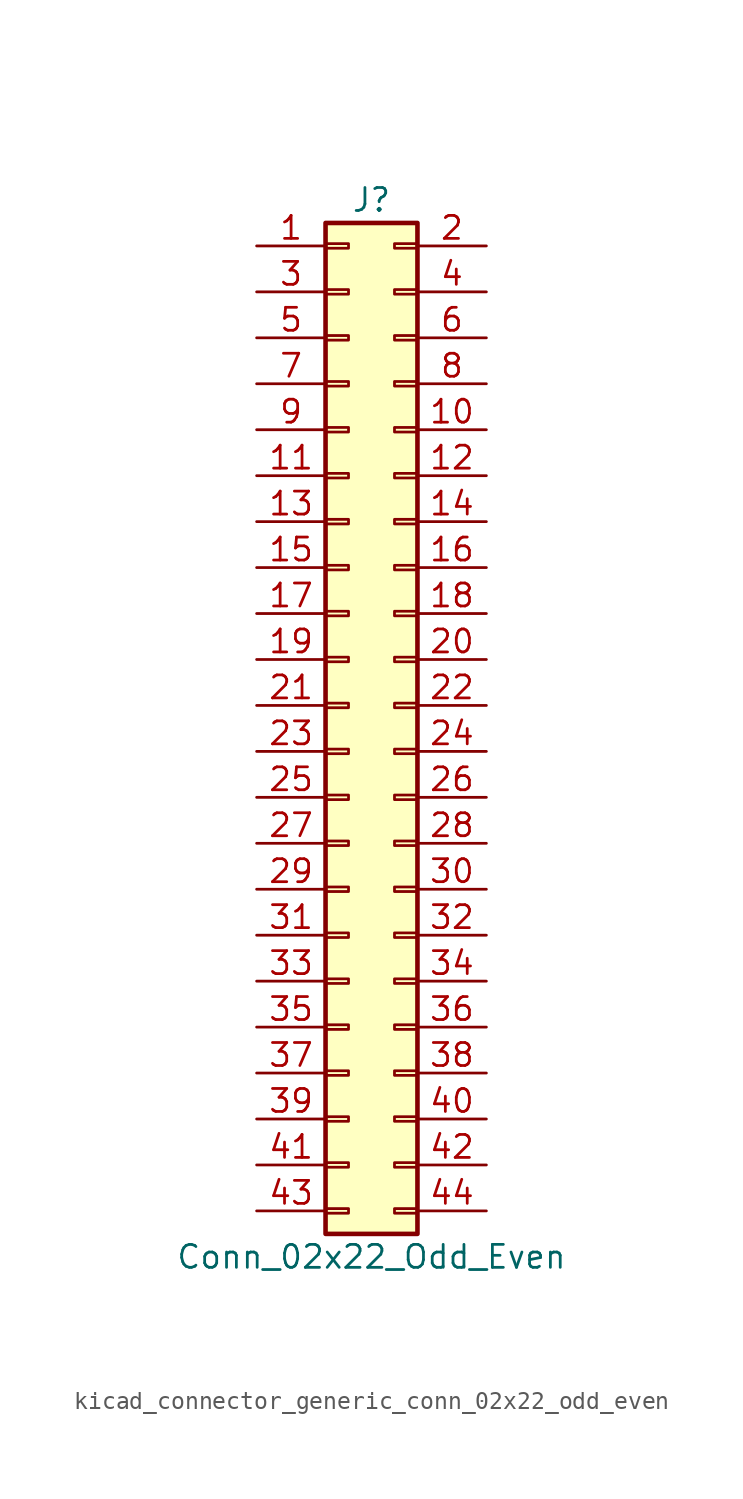
<source format=kicad_sym>
(kicad_symbol_lib
  (version 20220914)
  (generator kicad_symbol_editor)
  (symbol "kicad_connector_generic_conn_02x22_odd_even"
    (pin_names
      (offset 1.016) hide)
    (property "Reference" "J"
      (at 1.27 27.94 0)
      (effects (font (size 1.27 1.27))))
    (property "Value" "Conn_02x22_Odd_Even"
      (at 1.27 -30.48 0)
      (effects (font (size 1.27 1.27))))
    (symbol "kicad_connector_generic_conn_02x22_odd_even_1_1"
      (rectangle (start -1.27 -27.813) (end 0 -28.067) (stroke (width 0.152) (type default)) (fill (type none)))
      (rectangle (start -1.27 -25.273) (end 0 -25.527) (stroke (width 0.152) (type default)) (fill (type none)))
      (rectangle (start -1.27 -22.733) (end 0 -22.987) (stroke (width 0.152) (type default)) (fill (type none)))
      (rectangle (start -1.27 -20.193) (end 0 -20.447) (stroke (width 0.152) (type default)) (fill (type none)))
      (rectangle (start -1.27 -17.653) (end 0 -17.907) (stroke (width 0.152) (type default)) (fill (type none)))
      (rectangle (start -1.27 -15.113) (end 0 -15.367) (stroke (width 0.152) (type default)) (fill (type none)))
      (rectangle (start -1.27 -12.573) (end 0 -12.827) (stroke (width 0.152) (type default)) (fill (type none)))
      (rectangle (start -1.27 -10.033) (end 0 -10.287) (stroke (width 0.152) (type default)) (fill (type none)))
      (rectangle (start -1.27 -7.493) (end 0 -7.747) (stroke (width 0.152) (type default)) (fill (type none)))
      (rectangle (start -1.27 -4.953) (end 0 -5.207) (stroke (width 0.152) (type default)) (fill (type none)))
      (rectangle (start -1.27 -2.413) (end 0 -2.667) (stroke (width 0.152) (type default)) (fill (type none)))
      (rectangle (start -1.27 0.127) (end 0 -0.127) (stroke (width 0.152) (type default)) (fill (type none)))
      (rectangle (start -1.27 2.667) (end 0 2.413) (stroke (width 0.152) (type default)) (fill (type none)))
      (rectangle (start -1.27 5.207) (end 0 4.953) (stroke (width 0.152) (type default)) (fill (type none)))
      (rectangle (start -1.27 7.747) (end 0 7.493) (stroke (width 0.152) (type default)) (fill (type none)))
      (rectangle (start -1.27 10.287) (end 0 10.033) (stroke (width 0.152) (type default)) (fill (type none)))
      (rectangle (start -1.27 12.827) (end 0 12.573) (stroke (width 0.152) (type default)) (fill (type none)))
      (rectangle (start -1.27 15.367) (end 0 15.113) (stroke (width 0.152) (type default)) (fill (type none)))
      (rectangle (start -1.27 17.907) (end 0 17.653) (stroke (width 0.152) (type default)) (fill (type none)))
      (rectangle (start -1.27 20.447) (end 0 20.193) (stroke (width 0.152) (type default)) (fill (type none)))
      (rectangle (start -1.27 22.987) (end 0 22.733) (stroke (width 0.152) (type default)) (fill (type none)))
      (rectangle (start -1.27 25.527) (end 0 25.273) (stroke (width 0.152) (type default)) (fill (type none)))
      (rectangle (start -1.27 26.67) (end 3.81 -29.21) (stroke (width 0.254) (type default)) (fill (type background)))
      (rectangle (start 3.81 -27.813) (end 2.54 -28.067) (stroke (width 0.152) (type default)) (fill (type none)))
      (rectangle (start 3.81 -25.273) (end 2.54 -25.527) (stroke (width 0.152) (type default)) (fill (type none)))
      (rectangle (start 3.81 -22.733) (end 2.54 -22.987) (stroke (width 0.152) (type default)) (fill (type none)))
      (rectangle (start 3.81 -20.193) (end 2.54 -20.447) (stroke (width 0.152) (type default)) (fill (type none)))
      (rectangle (start 3.81 -17.653) (end 2.54 -17.907) (stroke (width 0.152) (type default)) (fill (type none)))
      (rectangle (start 3.81 -15.113) (end 2.54 -15.367) (stroke (width 0.152) (type default)) (fill (type none)))
      (rectangle (start 3.81 -12.573) (end 2.54 -12.827) (stroke (width 0.152) (type default)) (fill (type none)))
      (rectangle (start 3.81 -10.033) (end 2.54 -10.287) (stroke (width 0.152) (type default)) (fill (type none)))
      (rectangle (start 3.81 -7.493) (end 2.54 -7.747) (stroke (width 0.152) (type default)) (fill (type none)))
      (rectangle (start 3.81 -4.953) (end 2.54 -5.207) (stroke (width 0.152) (type default)) (fill (type none)))
      (rectangle (start 3.81 -2.413) (end 2.54 -2.667) (stroke (width 0.152) (type default)) (fill (type none)))
      (rectangle (start 3.81 0.127) (end 2.54 -0.127) (stroke (width 0.152) (type default)) (fill (type none)))
      (rectangle (start 3.81 2.667) (end 2.54 2.413) (stroke (width 0.152) (type default)) (fill (type none)))
      (rectangle (start 3.81 5.207) (end 2.54 4.953) (stroke (width 0.152) (type default)) (fill (type none)))
      (rectangle (start 3.81 7.747) (end 2.54 7.493) (stroke (width 0.152) (type default)) (fill (type none)))
      (rectangle (start 3.81 10.287) (end 2.54 10.033) (stroke (width 0.152) (type default)) (fill (type none)))
      (rectangle (start 3.81 12.827) (end 2.54 12.573) (stroke (width 0.152) (type default)) (fill (type none)))
      (rectangle (start 3.81 15.367) (end 2.54 15.113) (stroke (width 0.152) (type default)) (fill (type none)))
      (rectangle (start 3.81 17.907) (end 2.54 17.653) (stroke (width 0.152) (type default)) (fill (type none)))
      (rectangle (start 3.81 20.447) (end 2.54 20.193) (stroke (width 0.152) (type default)) (fill (type none)))
      (rectangle (start 3.81 22.987) (end 2.54 22.733) (stroke (width 0.152) (type default)) (fill (type none)))
      (rectangle (start 3.81 25.527) (end 2.54 25.273) (stroke (width 0.152) (type default)) (fill (type none)))
      (pin passive line (at -5.08 25.4 0) (length 3.81) (name "Pin_1" (effects (font (size 1.27 1.27)))) (number "1" (effects (font (size 1.27 1.27)))))
      (pin passive line (at 7.62 15.24 180) (length 3.81) (name "Pin_10" (effects (font (size 1.27 1.27)))) (number "10" (effects (font (size 1.27 1.27)))))
      (pin passive line (at -5.08 12.7 0) (length 3.81) (name "Pin_11" (effects (font (size 1.27 1.27)))) (number "11" (effects (font (size 1.27 1.27)))))
      (pin passive line (at 7.62 12.7 180) (length 3.81) (name "Pin_12" (effects (font (size 1.27 1.27)))) (number "12" (effects (font (size 1.27 1.27)))))
      (pin passive line (at -5.08 10.16 0) (length 3.81) (name "Pin_13" (effects (font (size 1.27 1.27)))) (number "13" (effects (font (size 1.27 1.27)))))
      (pin passive line (at 7.62 10.16 180) (length 3.81) (name "Pin_14" (effects (font (size 1.27 1.27)))) (number "14" (effects (font (size 1.27 1.27)))))
      (pin passive line (at -5.08 7.62 0) (length 3.81) (name "Pin_15" (effects (font (size 1.27 1.27)))) (number "15" (effects (font (size 1.27 1.27)))))
      (pin passive line (at 7.62 7.62 180) (length 3.81) (name "Pin_16" (effects (font (size 1.27 1.27)))) (number "16" (effects (font (size 1.27 1.27)))))
      (pin passive line (at -5.08 5.08 0) (length 3.81) (name "Pin_17" (effects (font (size 1.27 1.27)))) (number "17" (effects (font (size 1.27 1.27)))))
      (pin passive line (at 7.62 5.08 180) (length 3.81) (name "Pin_18" (effects (font (size 1.27 1.27)))) (number "18" (effects (font (size 1.27 1.27)))))
      (pin passive line (at -5.08 2.54 0) (length 3.81) (name "Pin_19" (effects (font (size 1.27 1.27)))) (number "19" (effects (font (size 1.27 1.27)))))
      (pin passive line (at 7.62 25.4 180) (length 3.81) (name "Pin_2" (effects (font (size 1.27 1.27)))) (number "2" (effects (font (size 1.27 1.27)))))
      (pin passive line (at 7.62 2.54 180) (length 3.81) (name "Pin_20" (effects (font (size 1.27 1.27)))) (number "20" (effects (font (size 1.27 1.27)))))
      (pin passive line (at -5.08 0 0) (length 3.81) (name "Pin_21" (effects (font (size 1.27 1.27)))) (number "21" (effects (font (size 1.27 1.27)))))
      (pin passive line (at 7.62 0 180) (length 3.81) (name "Pin_22" (effects (font (size 1.27 1.27)))) (number "22" (effects (font (size 1.27 1.27)))))
      (pin passive line (at -5.08 -2.54 0) (length 3.81) (name "Pin_23" (effects (font (size 1.27 1.27)))) (number "23" (effects (font (size 1.27 1.27)))))
      (pin passive line (at 7.62 -2.54 180) (length 3.81) (name "Pin_24" (effects (font (size 1.27 1.27)))) (number "24" (effects (font (size 1.27 1.27)))))
      (pin passive line (at -5.08 -5.08 0) (length 3.81) (name "Pin_25" (effects (font (size 1.27 1.27)))) (number "25" (effects (font (size 1.27 1.27)))))
      (pin passive line (at 7.62 -5.08 180) (length 3.81) (name "Pin_26" (effects (font (size 1.27 1.27)))) (number "26" (effects (font (size 1.27 1.27)))))
      (pin passive line (at -5.08 -7.62 0) (length 3.81) (name "Pin_27" (effects (font (size 1.27 1.27)))) (number "27" (effects (font (size 1.27 1.27)))))
      (pin passive line (at 7.62 -7.62 180) (length 3.81) (name "Pin_28" (effects (font (size 1.27 1.27)))) (number "28" (effects (font (size 1.27 1.27)))))
      (pin passive line (at -5.08 -10.16 0) (length 3.81) (name "Pin_29" (effects (font (size 1.27 1.27)))) (number "29" (effects (font (size 1.27 1.27)))))
      (pin passive line (at -5.08 22.86 0) (length 3.81) (name "Pin_3" (effects (font (size 1.27 1.27)))) (number "3" (effects (font (size 1.27 1.27)))))
      (pin passive line (at 7.62 -10.16 180) (length 3.81) (name "Pin_30" (effects (font (size 1.27 1.27)))) (number "30" (effects (font (size 1.27 1.27)))))
      (pin passive line (at -5.08 -12.7 0) (length 3.81) (name "Pin_31" (effects (font (size 1.27 1.27)))) (number "31" (effects (font (size 1.27 1.27)))))
      (pin passive line (at 7.62 -12.7 180) (length 3.81) (name "Pin_32" (effects (font (size 1.27 1.27)))) (number "32" (effects (font (size 1.27 1.27)))))
      (pin passive line (at -5.08 -15.24 0) (length 3.81) (name "Pin_33" (effects (font (size 1.27 1.27)))) (number "33" (effects (font (size 1.27 1.27)))))
      (pin passive line (at 7.62 -15.24 180) (length 3.81) (name "Pin_34" (effects (font (size 1.27 1.27)))) (number "34" (effects (font (size 1.27 1.27)))))
      (pin passive line (at -5.08 -17.78 0) (length 3.81) (name "Pin_35" (effects (font (size 1.27 1.27)))) (number "35" (effects (font (size 1.27 1.27)))))
      (pin passive line (at 7.62 -17.78 180) (length 3.81) (name "Pin_36" (effects (font (size 1.27 1.27)))) (number "36" (effects (font (size 1.27 1.27)))))
      (pin passive line (at -5.08 -20.32 0) (length 3.81) (name "Pin_37" (effects (font (size 1.27 1.27)))) (number "37" (effects (font (size 1.27 1.27)))))
      (pin passive line (at 7.62 -20.32 180) (length 3.81) (name "Pin_38" (effects (font (size 1.27 1.27)))) (number "38" (effects (font (size 1.27 1.27)))))
      (pin passive line (at -5.08 -22.86 0) (length 3.81) (name "Pin_39" (effects (font (size 1.27 1.27)))) (number "39" (effects (font (size 1.27 1.27)))))
      (pin passive line (at 7.62 22.86 180) (length 3.81) (name "Pin_4" (effects (font (size 1.27 1.27)))) (number "4" (effects (font (size 1.27 1.27)))))
      (pin passive line (at 7.62 -22.86 180) (length 3.81) (name "Pin_40" (effects (font (size 1.27 1.27)))) (number "40" (effects (font (size 1.27 1.27)))))
      (pin passive line (at -5.08 -25.4 0) (length 3.81) (name "Pin_41" (effects (font (size 1.27 1.27)))) (number "41" (effects (font (size 1.27 1.27)))))
      (pin passive line (at 7.62 -25.4 180) (length 3.81) (name "Pin_42" (effects (font (size 1.27 1.27)))) (number "42" (effects (font (size 1.27 1.27)))))
      (pin passive line (at -5.08 -27.94 0) (length 3.81) (name "Pin_43" (effects (font (size 1.27 1.27)))) (number "43" (effects (font (size 1.27 1.27)))))
      (pin passive line (at 7.62 -27.94 180) (length 3.81) (name "Pin_44" (effects (font (size 1.27 1.27)))) (number "44" (effects (font (size 1.27 1.27)))))
      (pin passive line (at -5.08 20.32 0) (length 3.81) (name "Pin_5" (effects (font (size 1.27 1.27)))) (number "5" (effects (font (size 1.27 1.27)))))
      (pin passive line (at 7.62 20.32 180) (length 3.81) (name "Pin_6" (effects (font (size 1.27 1.27)))) (number "6" (effects (font (size 1.27 1.27)))))
      (pin passive line (at -5.08 17.78 0) (length 3.81) (name "Pin_7" (effects (font (size 1.27 1.27)))) (number "7" (effects (font (size 1.27 1.27)))))
      (pin passive line (at 7.62 17.78 180) (length 3.81) (name "Pin_8" (effects (font (size 1.27 1.27)))) (number "8" (effects (font (size 1.27 1.27)))))
      (pin passive line (at -5.08 15.24 0) (length 3.81) (name "Pin_9" (effects (font (size 1.27 1.27)))) (number "9" (effects (font (size 1.27 1.27))))))))
</source>
